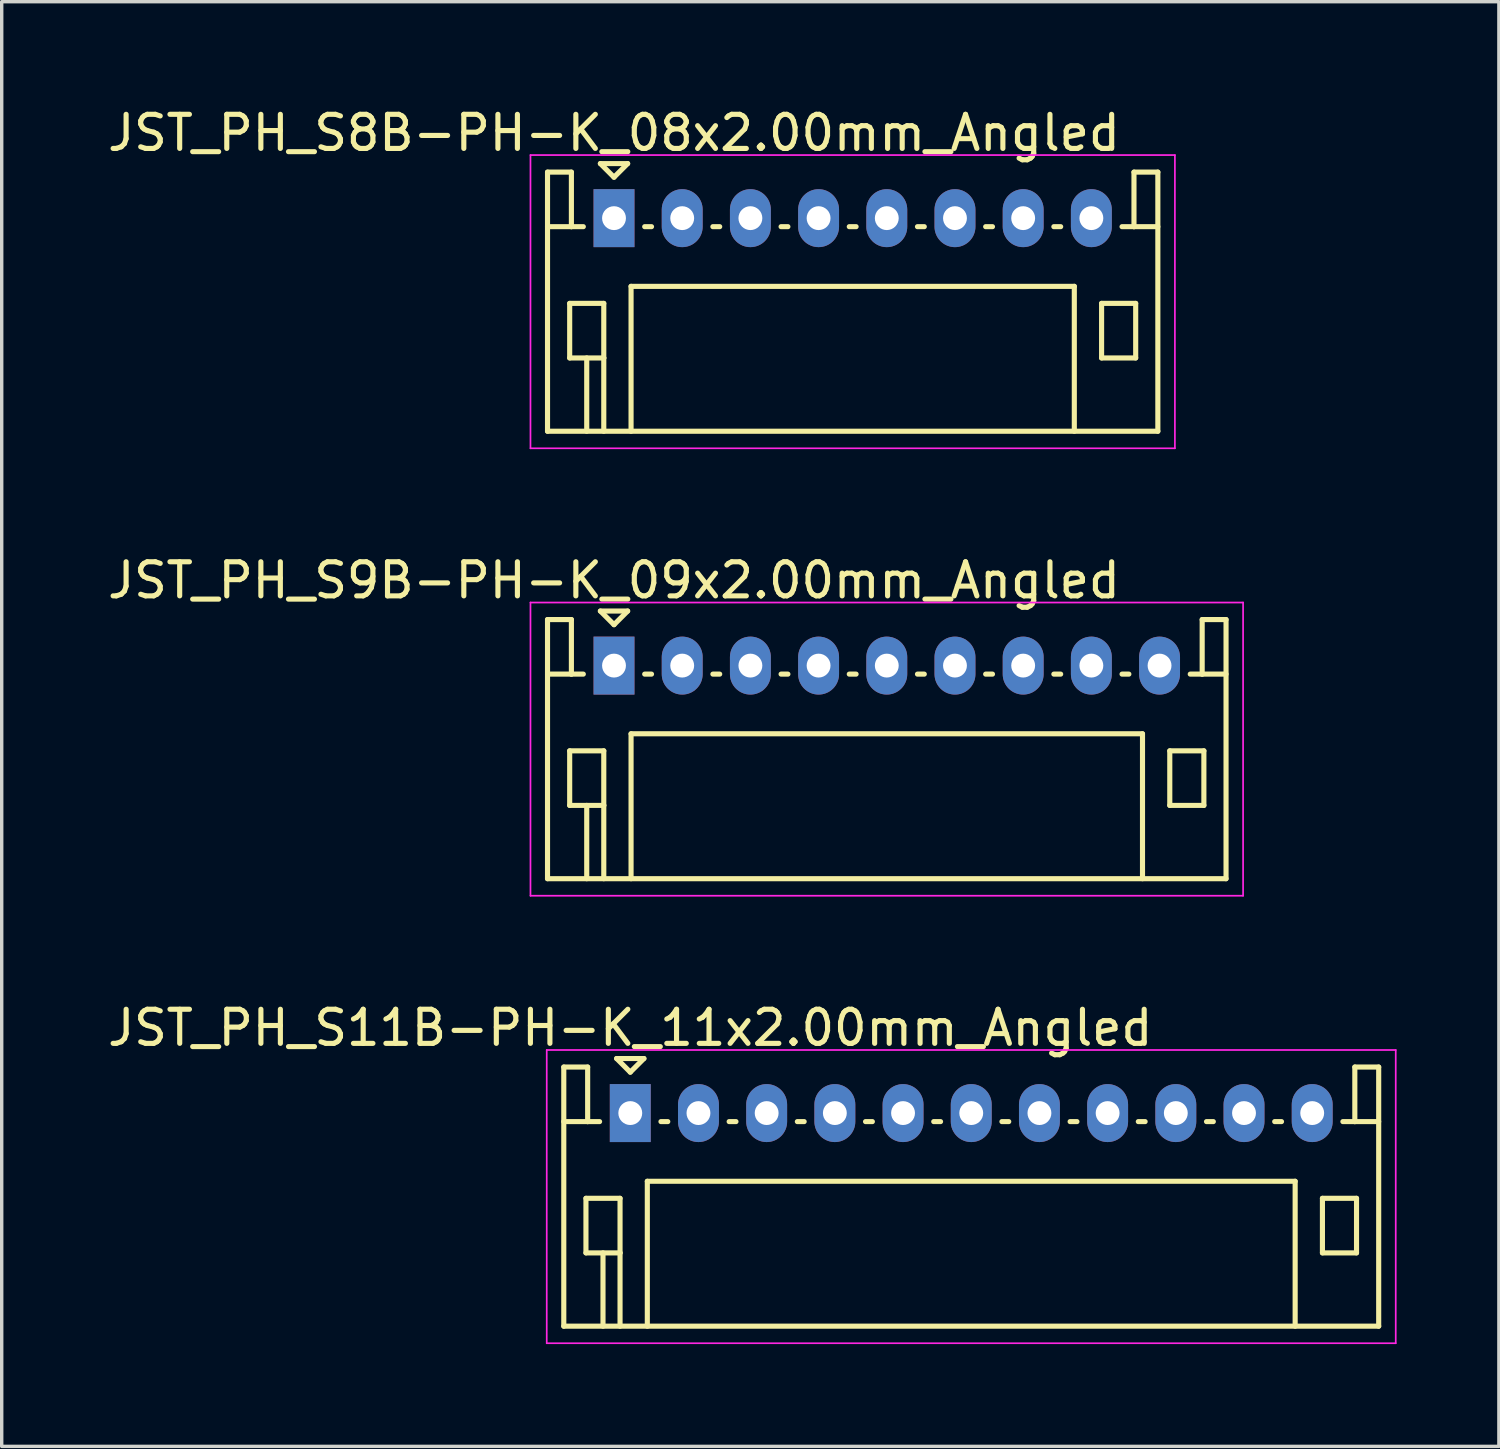
<source format=kicad_pcb>
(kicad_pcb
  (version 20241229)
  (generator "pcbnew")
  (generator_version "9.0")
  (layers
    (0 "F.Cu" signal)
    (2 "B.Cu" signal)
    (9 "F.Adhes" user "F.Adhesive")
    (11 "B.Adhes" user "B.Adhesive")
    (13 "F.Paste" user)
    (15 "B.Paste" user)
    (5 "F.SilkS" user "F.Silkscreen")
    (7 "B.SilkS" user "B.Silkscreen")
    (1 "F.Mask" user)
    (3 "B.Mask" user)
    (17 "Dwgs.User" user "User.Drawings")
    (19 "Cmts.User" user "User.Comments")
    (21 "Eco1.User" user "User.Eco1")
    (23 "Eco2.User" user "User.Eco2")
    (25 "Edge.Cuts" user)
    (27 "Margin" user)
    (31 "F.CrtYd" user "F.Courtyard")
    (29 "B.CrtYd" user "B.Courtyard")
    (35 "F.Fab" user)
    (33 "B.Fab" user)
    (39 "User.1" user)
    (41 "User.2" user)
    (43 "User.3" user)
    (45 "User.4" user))
  (footprint "JST_PH_S8B-PH-K_08x2.00mm_Angled"
    (layer "F.Cu")
    (at 14.958 3.348)
    (property "Reference" "JST_PH_S8B-PH-K_08x2.00mm_Angled" (at 0 -2.5 0) (layer "F.SilkS") (effects (font (size 1 1) (thickness 0.15))))
    (attr through_hole)
    (fp_line (start -1.95 -1.35) (end -1.95 6.25) (stroke (width 0.15) (type solid)) (layer "F.SilkS"))
    (fp_line (start -1.95 0.25) (end -1.25 0.25) (stroke (width 0.15) (type solid)) (layer "F.SilkS"))
    (fp_line (start -1.95 6.25) (end 15.95 6.25) (stroke (width 0.15) (type solid)) (layer "F.SilkS"))
    (fp_line (start -1.3 2.5) (end -1.3 4.1) (stroke (width 0.15) (type solid)) (layer "F.SilkS"))
    (fp_line (start -1.3 4.1) (end -0.3 4.1) (stroke (width 0.15) (type solid)) (layer "F.SilkS"))
    (fp_line (start -1.25 -1.35) (end -1.95 -1.35) (stroke (width 0.15) (type solid)) (layer "F.SilkS"))
    (fp_line (start -1.25 0.25) (end -1.25 -1.35) (stroke (width 0.15) (type solid)) (layer "F.SilkS"))
    (fp_line (start -0.9 0.25) (end -1.25 0.25) (stroke (width 0.15) (type solid)) (layer "F.SilkS"))
    (fp_line (start -0.8 4.1) (end -0.8 6.25) (stroke (width 0.15) (type solid)) (layer "F.SilkS"))
    (fp_line (start -0.4 -1.6) (end 0.4 -1.6) (stroke (width 0.15) (type solid)) (layer "F.SilkS"))
    (fp_line (start -0.3 2.5) (end -1.3 2.5) (stroke (width 0.15) (type solid)) (layer "F.SilkS"))
    (fp_line (start -0.3 4.1) (end -0.3 2.5) (stroke (width 0.15) (type solid)) (layer "F.SilkS"))
    (fp_line (start -0.3 4.1) (end -0.3 6.25) (stroke (width 0.15) (type solid)) (layer "F.SilkS"))
    (fp_line (start 0 -1.2) (end -0.4 -1.6) (stroke (width 0.15) (type solid)) (layer "F.SilkS"))
    (fp_line (start 0.4 -1.6) (end 0 -1.2) (stroke (width 0.15) (type solid)) (layer "F.SilkS"))
    (fp_line (start 0.5 2) (end 13.5 2) (stroke (width 0.15) (type solid)) (layer "F.SilkS"))
    (fp_line (start 0.5 6.25) (end 0.5 2) (stroke (width 0.15) (type solid)) (layer "F.SilkS"))
    (fp_line (start 0.9 0.25) (end 1.1 0.25) (stroke (width 0.15) (type solid)) (layer "F.SilkS"))
    (fp_line (start 2.9 0.25) (end 3.1 0.25) (stroke (width 0.15) (type solid)) (layer "F.SilkS"))
    (fp_line (start 4.9 0.25) (end 5.1 0.25) (stroke (width 0.15) (type solid)) (layer "F.SilkS"))
    (fp_line (start 6.9 0.25) (end 7.1 0.25) (stroke (width 0.15) (type solid)) (layer "F.SilkS"))
    (fp_line (start 8.9 0.25) (end 9.1 0.25) (stroke (width 0.15) (type solid)) (layer "F.SilkS"))
    (fp_line (start 10.9 0.25) (end 11.1 0.25) (stroke (width 0.15) (type solid)) (layer "F.SilkS"))
    (fp_line (start 12.9 0.25) (end 13.1 0.25) (stroke (width 0.15) (type solid)) (layer "F.SilkS"))
    (fp_line (start 13.5 2) (end 13.5 6.25) (stroke (width 0.15) (type solid)) (layer "F.SilkS"))
    (fp_line (start 14.3 2.5) (end 15.3 2.5) (stroke (width 0.15) (type solid)) (layer "F.SilkS"))
    (fp_line (start 14.3 4.1) (end 14.3 2.5) (stroke (width 0.15) (type solid)) (layer "F.SilkS"))
    (fp_line (start 15.25 -1.35) (end 15.25 0.25) (stroke (width 0.15) (type solid)) (layer "F.SilkS"))
    (fp_line (start 15.25 0.25) (end 14.9 0.25) (stroke (width 0.15) (type solid)) (layer "F.SilkS"))
    (fp_line (start 15.3 2.5) (end 15.3 4.1) (stroke (width 0.15) (type solid)) (layer "F.SilkS"))
    (fp_line (start 15.3 4.1) (end 14.3 4.1) (stroke (width 0.15) (type solid)) (layer "F.SilkS"))
    (fp_line (start 15.95 -1.35) (end 15.25 -1.35) (stroke (width 0.15) (type solid)) (layer "F.SilkS"))
    (fp_line (start 15.95 0.25) (end 15.25 0.25) (stroke (width 0.15) (type solid)) (layer "F.SilkS"))
    (fp_line (start 15.95 6.25) (end 15.95 -1.35) (stroke (width 0.15) (type solid)) (layer "F.SilkS"))
    (fp_line (start -2.45 -1.85) (end 16.45 -1.85) (stroke (width 0.05) (type solid)) (layer "F.CrtYd"))
    (fp_line (start -2.45 6.75) (end -2.45 -1.85) (stroke (width 0.05) (type solid)) (layer "F.CrtYd"))
    (fp_line (start 16.45 -1.85) (end 16.45 6.75) (stroke (width 0.05) (type solid)) (layer "F.CrtYd"))
    (fp_line (start 16.45 6.75) (end -2.45 6.75) (stroke (width 0.05) (type solid)) (layer "F.CrtYd"))
    (pad "1" thru_hole rect (at 0 0) (size 1.2 1.7) (drill 0.7) (layers "*.Cu" "*.Mask"))
    (pad "2" thru_hole oval (at 2 0) (size 1.2 1.7) (drill 0.7) (layers "*.Cu" "*.Mask"))
    (pad "3" thru_hole oval (at 4 0) (size 1.2 1.7) (drill 0.7) (layers "*.Cu" "*.Mask"))
    (pad "4" thru_hole oval (at 6 0) (size 1.2 1.7) (drill 0.7) (layers "*.Cu" "*.Mask"))
    (pad "5" thru_hole oval (at 8 0) (size 1.2 1.7) (drill 0.7) (layers "*.Cu" "*.Mask"))
    (pad "6" thru_hole oval (at 10 0) (size 1.2 1.7) (drill 0.7) (layers "*.Cu" "*.Mask"))
    (pad "7" thru_hole oval (at 12 0) (size 1.2 1.7) (drill 0.7) (layers "*.Cu" "*.Mask"))
    (pad "8" thru_hole oval (at 14 0) (size 1.2 1.7) (drill 0.7) (layers "*.Cu" "*.Mask")))
  (footprint "JST_PH_S9B-PH-K_09x2.00mm_Angled"
    (layer "F.Cu")
    (at 14.958 16.471)
    (property "Reference" "JST_PH_S9B-PH-K_09x2.00mm_Angled" (at 0 -2.5 0) (layer "F.SilkS") (effects (font (size 1 1) (thickness 0.15))))
    (attr through_hole)
    (fp_line (start -1.95 -1.35) (end -1.95 6.25) (stroke (width 0.15) (type solid)) (layer "F.SilkS"))
    (fp_line (start -1.95 0.25) (end -1.25 0.25) (stroke (width 0.15) (type solid)) (layer "F.SilkS"))
    (fp_line (start -1.95 6.25) (end 17.95 6.25) (stroke (width 0.15) (type solid)) (layer "F.SilkS"))
    (fp_line (start -1.3 2.5) (end -1.3 4.1) (stroke (width 0.15) (type solid)) (layer "F.SilkS"))
    (fp_line (start -1.3 4.1) (end -0.3 4.1) (stroke (width 0.15) (type solid)) (layer "F.SilkS"))
    (fp_line (start -1.25 -1.35) (end -1.95 -1.35) (stroke (width 0.15) (type solid)) (layer "F.SilkS"))
    (fp_line (start -1.25 0.25) (end -1.25 -1.35) (stroke (width 0.15) (type solid)) (layer "F.SilkS"))
    (fp_line (start -0.9 0.25) (end -1.25 0.25) (stroke (width 0.15) (type solid)) (layer "F.SilkS"))
    (fp_line (start -0.8 4.1) (end -0.8 6.25) (stroke (width 0.15) (type solid)) (layer "F.SilkS"))
    (fp_line (start -0.4 -1.6) (end 0.4 -1.6) (stroke (width 0.15) (type solid)) (layer "F.SilkS"))
    (fp_line (start -0.3 2.5) (end -1.3 2.5) (stroke (width 0.15) (type solid)) (layer "F.SilkS"))
    (fp_line (start -0.3 4.1) (end -0.3 2.5) (stroke (width 0.15) (type solid)) (layer "F.SilkS"))
    (fp_line (start -0.3 4.1) (end -0.3 6.25) (stroke (width 0.15) (type solid)) (layer "F.SilkS"))
    (fp_line (start 0 -1.2) (end -0.4 -1.6) (stroke (width 0.15) (type solid)) (layer "F.SilkS"))
    (fp_line (start 0.4 -1.6) (end 0 -1.2) (stroke (width 0.15) (type solid)) (layer "F.SilkS"))
    (fp_line (start 0.5 2) (end 15.5 2) (stroke (width 0.15) (type solid)) (layer "F.SilkS"))
    (fp_line (start 0.5 6.25) (end 0.5 2) (stroke (width 0.15) (type solid)) (layer "F.SilkS"))
    (fp_line (start 0.9 0.25) (end 1.1 0.25) (stroke (width 0.15) (type solid)) (layer "F.SilkS"))
    (fp_line (start 2.9 0.25) (end 3.1 0.25) (stroke (width 0.15) (type solid)) (layer "F.SilkS"))
    (fp_line (start 4.9 0.25) (end 5.1 0.25) (stroke (width 0.15) (type solid)) (layer "F.SilkS"))
    (fp_line (start 6.9 0.25) (end 7.1 0.25) (stroke (width 0.15) (type solid)) (layer "F.SilkS"))
    (fp_line (start 8.9 0.25) (end 9.1 0.25) (stroke (width 0.15) (type solid)) (layer "F.SilkS"))
    (fp_line (start 10.9 0.25) (end 11.1 0.25) (stroke (width 0.15) (type solid)) (layer "F.SilkS"))
    (fp_line (start 12.9 0.25) (end 13.1 0.25) (stroke (width 0.15) (type solid)) (layer "F.SilkS"))
    (fp_line (start 14.9 0.25) (end 15.1 0.25) (stroke (width 0.15) (type solid)) (layer "F.SilkS"))
    (fp_line (start 15.5 2) (end 15.5 6.25) (stroke (width 0.15) (type solid)) (layer "F.SilkS"))
    (fp_line (start 16.3 2.5) (end 17.3 2.5) (stroke (width 0.15) (type solid)) (layer "F.SilkS"))
    (fp_line (start 16.3 4.1) (end 16.3 2.5) (stroke (width 0.15) (type solid)) (layer "F.SilkS"))
    (fp_line (start 17.25 -1.35) (end 17.25 0.25) (stroke (width 0.15) (type solid)) (layer "F.SilkS"))
    (fp_line (start 17.25 0.25) (end 16.9 0.25) (stroke (width 0.15) (type solid)) (layer "F.SilkS"))
    (fp_line (start 17.3 2.5) (end 17.3 4.1) (stroke (width 0.15) (type solid)) (layer "F.SilkS"))
    (fp_line (start 17.3 4.1) (end 16.3 4.1) (stroke (width 0.15) (type solid)) (layer "F.SilkS"))
    (fp_line (start 17.95 -1.35) (end 17.25 -1.35) (stroke (width 0.15) (type solid)) (layer "F.SilkS"))
    (fp_line (start 17.95 0.25) (end 17.25 0.25) (stroke (width 0.15) (type solid)) (layer "F.SilkS"))
    (fp_line (start 17.95 6.25) (end 17.95 -1.35) (stroke (width 0.15) (type solid)) (layer "F.SilkS"))
    (fp_line (start -2.45 -1.85) (end 18.45 -1.85) (stroke (width 0.05) (type solid)) (layer "F.CrtYd"))
    (fp_line (start -2.45 6.75) (end -2.45 -1.85) (stroke (width 0.05) (type solid)) (layer "F.CrtYd"))
    (fp_line (start 18.45 -1.85) (end 18.45 6.75) (stroke (width 0.05) (type solid)) (layer "F.CrtYd"))
    (fp_line (start 18.45 6.75) (end -2.45 6.75) (stroke (width 0.05) (type solid)) (layer "F.CrtYd"))
    (pad "1" thru_hole rect (at 0 0) (size 1.2 1.7) (drill 0.7) (layers "*.Cu" "*.Mask"))
    (pad "2" thru_hole oval (at 2 0) (size 1.2 1.7) (drill 0.7) (layers "*.Cu" "*.Mask"))
    (pad "3" thru_hole oval (at 4 0) (size 1.2 1.7) (drill 0.7) (layers "*.Cu" "*.Mask"))
    (pad "4" thru_hole oval (at 6 0) (size 1.2 1.7) (drill 0.7) (layers "*.Cu" "*.Mask"))
    (pad "5" thru_hole oval (at 8 0) (size 1.2 1.7) (drill 0.7) (layers "*.Cu" "*.Mask"))
    (pad "6" thru_hole oval (at 10 0) (size 1.2 1.7) (drill 0.7) (layers "*.Cu" "*.Mask"))
    (pad "7" thru_hole oval (at 12 0) (size 1.2 1.7) (drill 0.7) (layers "*.Cu" "*.Mask"))
    (pad "8" thru_hole oval (at 14 0) (size 1.2 1.7) (drill 0.7) (layers "*.Cu" "*.Mask"))
    (pad "9" thru_hole oval (at 16 0) (size 1.2 1.7) (drill 0.7) (layers "*.Cu" "*.Mask")))
  (footprint "JST_PH_S11B-PH-K_11x2.00mm_Angled"
    (layer "F.Cu")
    (at 15.435 29.595)
    (property "Reference" "JST_PH_S11B-PH-K_11x2.00mm_Angled" (at 0 -2.5 0) (layer "F.SilkS") (effects (font (size 1 1) (thickness 0.15))))
    (attr through_hole)
    (fp_line (start -1.95 -1.35) (end -1.95 6.25) (stroke (width 0.15) (type solid)) (layer "F.SilkS"))
    (fp_line (start -1.95 0.25) (end -1.25 0.25) (stroke (width 0.15) (type solid)) (layer "F.SilkS"))
    (fp_line (start -1.95 6.25) (end 21.95 6.25) (stroke (width 0.15) (type solid)) (layer "F.SilkS"))
    (fp_line (start -1.3 2.5) (end -1.3 4.1) (stroke (width 0.15) (type solid)) (layer "F.SilkS"))
    (fp_line (start -1.3 4.1) (end -0.3 4.1) (stroke (width 0.15) (type solid)) (layer "F.SilkS"))
    (fp_line (start -1.25 -1.35) (end -1.95 -1.35) (stroke (width 0.15) (type solid)) (layer "F.SilkS"))
    (fp_line (start -1.25 0.25) (end -1.25 -1.35) (stroke (width 0.15) (type solid)) (layer "F.SilkS"))
    (fp_line (start -0.9 0.25) (end -1.25 0.25) (stroke (width 0.15) (type solid)) (layer "F.SilkS"))
    (fp_line (start -0.8 4.1) (end -0.8 6.25) (stroke (width 0.15) (type solid)) (layer "F.SilkS"))
    (fp_line (start -0.4 -1.6) (end 0.4 -1.6) (stroke (width 0.15) (type solid)) (layer "F.SilkS"))
    (fp_line (start -0.3 2.5) (end -1.3 2.5) (stroke (width 0.15) (type solid)) (layer "F.SilkS"))
    (fp_line (start -0.3 4.1) (end -0.3 2.5) (stroke (width 0.15) (type solid)) (layer "F.SilkS"))
    (fp_line (start -0.3 4.1) (end -0.3 6.25) (stroke (width 0.15) (type solid)) (layer "F.SilkS"))
    (fp_line (start 0 -1.2) (end -0.4 -1.6) (stroke (width 0.15) (type solid)) (layer "F.SilkS"))
    (fp_line (start 0.4 -1.6) (end 0 -1.2) (stroke (width 0.15) (type solid)) (layer "F.SilkS"))
    (fp_line (start 0.5 2) (end 19.5 2) (stroke (width 0.15) (type solid)) (layer "F.SilkS"))
    (fp_line (start 0.5 6.25) (end 0.5 2) (stroke (width 0.15) (type solid)) (layer "F.SilkS"))
    (fp_line (start 0.9 0.25) (end 1.1 0.25) (stroke (width 0.15) (type solid)) (layer "F.SilkS"))
    (fp_line (start 2.9 0.25) (end 3.1 0.25) (stroke (width 0.15) (type solid)) (layer "F.SilkS"))
    (fp_line (start 4.9 0.25) (end 5.1 0.25) (stroke (width 0.15) (type solid)) (layer "F.SilkS"))
    (fp_line (start 6.9 0.25) (end 7.1 0.25) (stroke (width 0.15) (type solid)) (layer "F.SilkS"))
    (fp_line (start 8.9 0.25) (end 9.1 0.25) (stroke (width 0.15) (type solid)) (layer "F.SilkS"))
    (fp_line (start 10.9 0.25) (end 11.1 0.25) (stroke (width 0.15) (type solid)) (layer "F.SilkS"))
    (fp_line (start 12.9 0.25) (end 13.1 0.25) (stroke (width 0.15) (type solid)) (layer "F.SilkS"))
    (fp_line (start 14.9 0.25) (end 15.1 0.25) (stroke (width 0.15) (type solid)) (layer "F.SilkS"))
    (fp_line (start 16.9 0.25) (end 17.1 0.25) (stroke (width 0.15) (type solid)) (layer "F.SilkS"))
    (fp_line (start 18.9 0.25) (end 19.1 0.25) (stroke (width 0.15) (type solid)) (layer "F.SilkS"))
    (fp_line (start 19.5 2) (end 19.5 6.25) (stroke (width 0.15) (type solid)) (layer "F.SilkS"))
    (fp_line (start 20.3 2.5) (end 21.3 2.5) (stroke (width 0.15) (type solid)) (layer "F.SilkS"))
    (fp_line (start 20.3 4.1) (end 20.3 2.5) (stroke (width 0.15) (type solid)) (layer "F.SilkS"))
    (fp_line (start 21.25 -1.35) (end 21.25 0.25) (stroke (width 0.15) (type solid)) (layer "F.SilkS"))
    (fp_line (start 21.25 0.25) (end 20.9 0.25) (stroke (width 0.15) (type solid)) (layer "F.SilkS"))
    (fp_line (start 21.3 2.5) (end 21.3 4.1) (stroke (width 0.15) (type solid)) (layer "F.SilkS"))
    (fp_line (start 21.3 4.1) (end 20.3 4.1) (stroke (width 0.15) (type solid)) (layer "F.SilkS"))
    (fp_line (start 21.95 -1.35) (end 21.25 -1.35) (stroke (width 0.15) (type solid)) (layer "F.SilkS"))
    (fp_line (start 21.95 0.25) (end 21.25 0.25) (stroke (width 0.15) (type solid)) (layer "F.SilkS"))
    (fp_line (start 21.95 6.25) (end 21.95 -1.35) (stroke (width 0.15) (type solid)) (layer "F.SilkS"))
    (fp_line (start -2.45 -1.85) (end 22.45 -1.85) (stroke (width 0.05) (type solid)) (layer "F.CrtYd"))
    (fp_line (start -2.45 6.75) (end -2.45 -1.85) (stroke (width 0.05) (type solid)) (layer "F.CrtYd"))
    (fp_line (start 22.45 -1.85) (end 22.45 6.75) (stroke (width 0.05) (type solid)) (layer "F.CrtYd"))
    (fp_line (start 22.45 6.75) (end -2.45 6.75) (stroke (width 0.05) (type solid)) (layer "F.CrtYd"))
    (pad "1" thru_hole rect (at 0 0) (size 1.2 1.7) (drill 0.7) (layers "*.Cu" "*.Mask"))
    (pad "2" thru_hole oval (at 2 0) (size 1.2 1.7) (drill 0.7) (layers "*.Cu" "*.Mask"))
    (pad "3" thru_hole oval (at 4 0) (size 1.2 1.7) (drill 0.7) (layers "*.Cu" "*.Mask"))
    (pad "4" thru_hole oval (at 6 0) (size 1.2 1.7) (drill 0.7) (layers "*.Cu" "*.Mask"))
    (pad "5" thru_hole oval (at 8 0) (size 1.2 1.7) (drill 0.7) (layers "*.Cu" "*.Mask"))
    (pad "6" thru_hole oval (at 10 0) (size 1.2 1.7) (drill 0.7) (layers "*.Cu" "*.Mask"))
    (pad "7" thru_hole oval (at 12 0) (size 1.2 1.7) (drill 0.7) (layers "*.Cu" "*.Mask"))
    (pad "8" thru_hole oval (at 14 0) (size 1.2 1.7) (drill 0.7) (layers "*.Cu" "*.Mask"))
    (pad "9" thru_hole oval (at 16 0) (size 1.2 1.7) (drill 0.7) (layers "*.Cu" "*.Mask"))
    (pad "10" thru_hole oval (at 18 0) (size 1.2 1.7) (drill 0.7) (layers "*.Cu" "*.Mask"))
    (pad "11" thru_hole oval (at 20 0) (size 1.2 1.7) (drill 0.7) (layers "*.Cu" "*.Mask")))
  (gr_rect
    (start -3 -3)
    (end 40.91 39.37)
    (stroke (width 0.1) (type default))
    (fill no)
    (layer "Edge.Cuts")))
</source>
